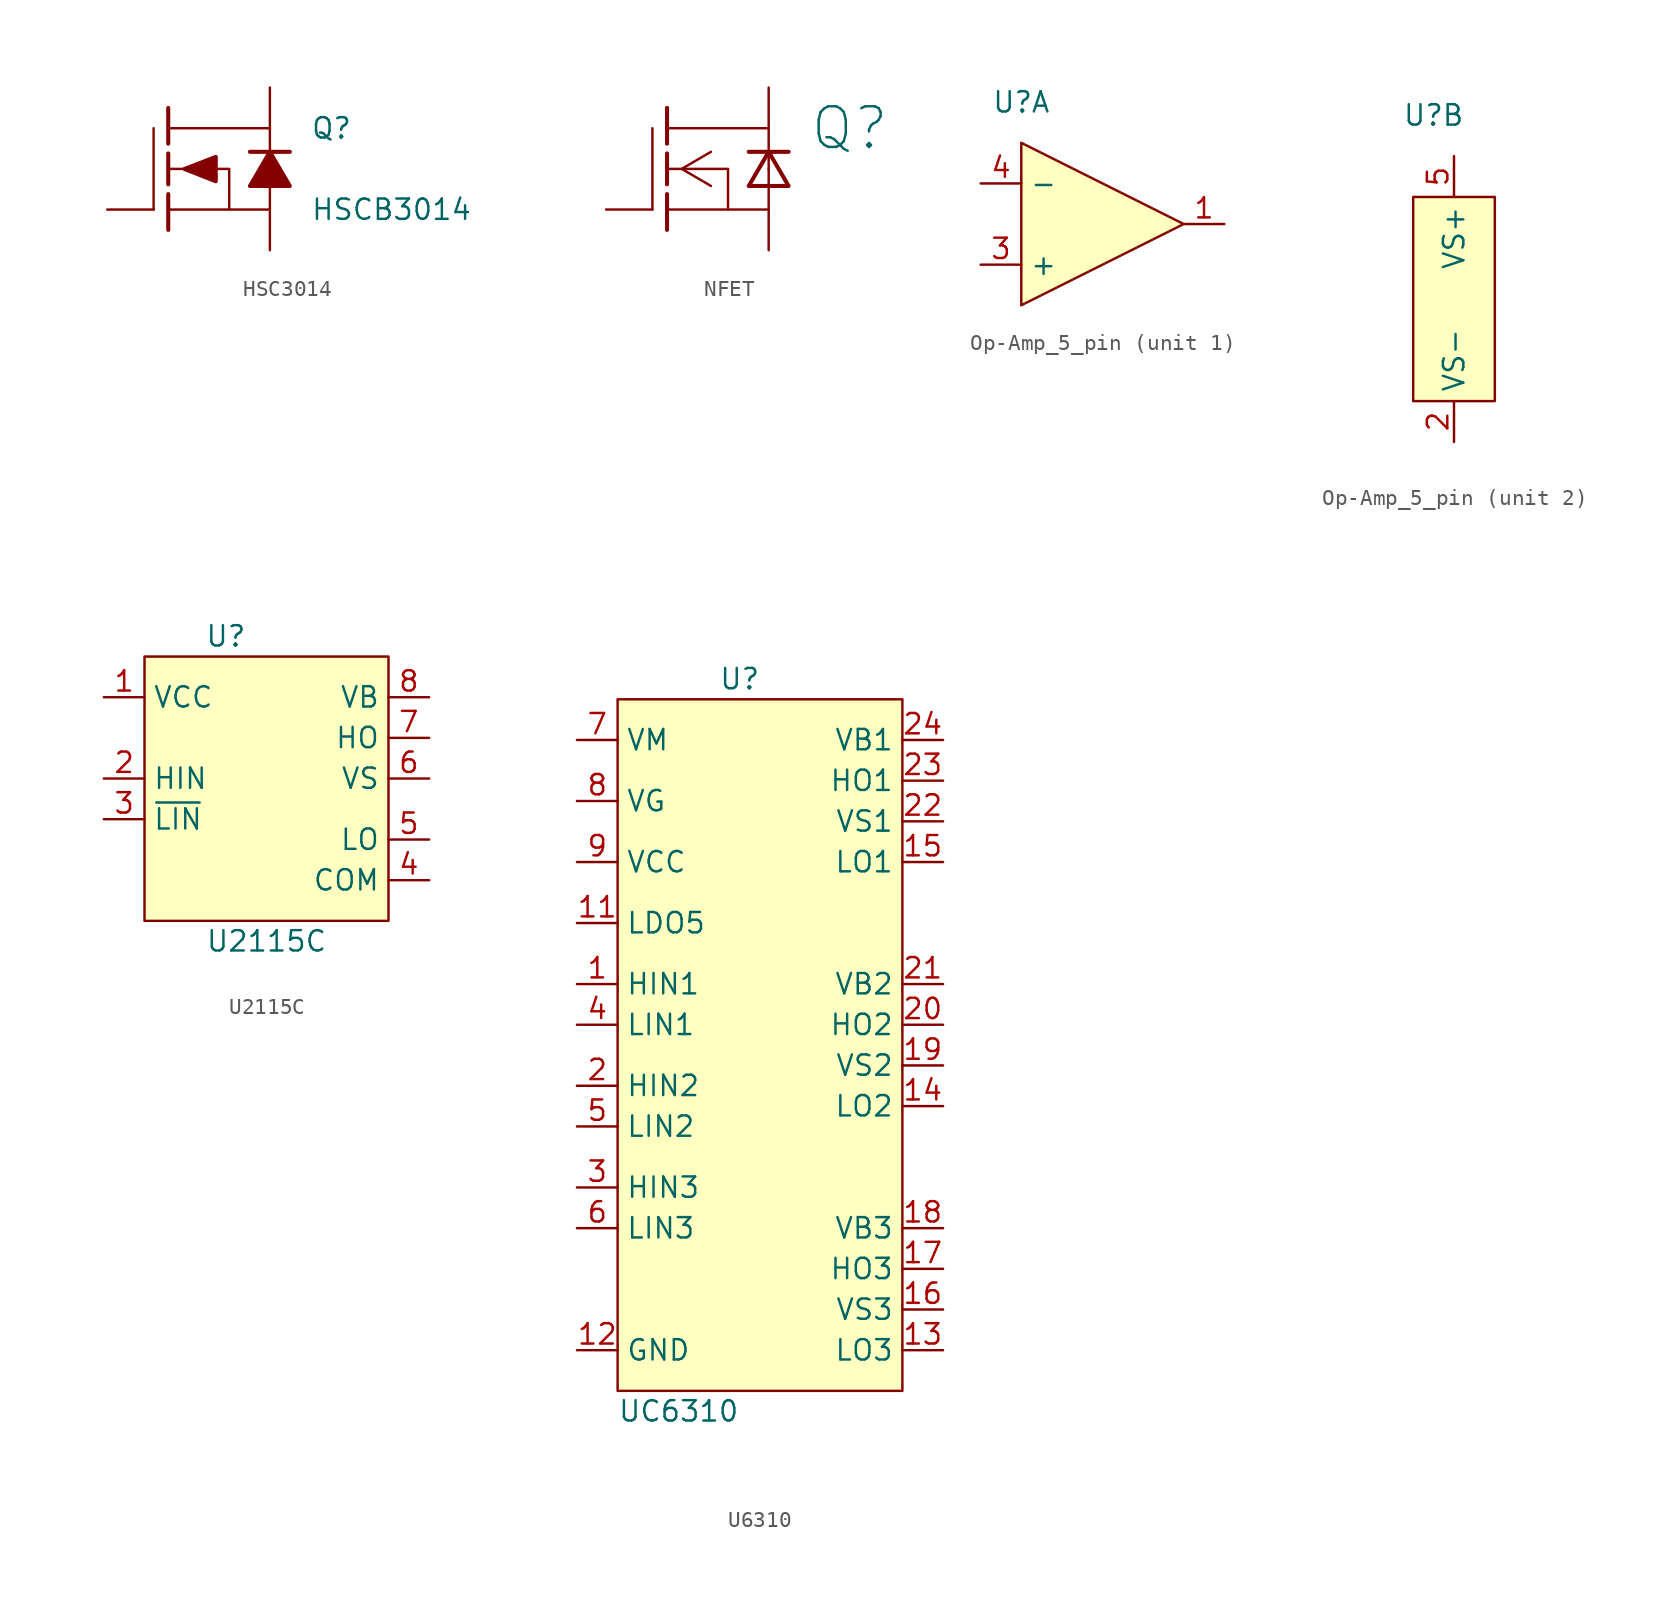
<source format=kicad_sym>
(kicad_symbol_lib
  (version 20231120)
  (generator "kicad_symbol_editor")
  (generator_version "8.0")
  (symbol "HSC3014"
    (pin_numbers hide)
    (pin_names
      (offset 0) hide)
    (property "Reference" "Q"
      (at 7.62 2.54 0)
      (effects (font (size 1.27 1.27)) (justify left)))
    (property "Value" "HSCB3014"
      (at 7.62 -2.54 0)
      (effects (font (size 1.27 1.27)) (justify left)))
    (symbol "HSC3014_1_1"
      (polyline (pts (xy -2.184 2.54) (xy -2.184 -2.54)) (stroke (width 0) (type default)) (fill (type none)))
      (polyline (pts (xy -1.27 -1.575) (xy -1.27 -3.81)) (stroke (width 0.254) (type default)) (fill (type none)))
      (polyline (pts (xy -1.27 0.965) (xy -1.27 -0.965)) (stroke (width 0.254) (type default)) (fill (type none)))
      (polyline (pts (xy -1.27 3.81) (xy -1.27 1.575)) (stroke (width 0.254) (type default)) (fill (type none)))
      (polyline (pts (xy 5.08 -2.54) (xy -1.27 -2.54)) (stroke (width 0) (type default)) (fill (type none)))
      (polyline (pts (xy 5.08 2.54) (xy -1.27 2.54)) (stroke (width 0) (type default)) (fill (type none)))
      (polyline (pts (xy 6.325 1.067) (xy 3.835 1.067)) (stroke (width 0.254) (type default)) (fill (type none)))
      (polyline (pts (xy 2.54 -2.54) (xy 2.54 0) (xy -1.27 0)) (stroke (width 0) (type default)) (fill (type none)))
      (polyline (pts (xy 1.698 -0.775) (xy -0.255 -0.006) (xy 1.698 0.749) (xy 1.698 -0.775)) (stroke (width 0.254) (type default)) (fill (type outline)))
      (polyline (pts (xy 3.835 -1.067) (xy 5.08 1.067) (xy 6.325 -1.067) (xy 3.835 -1.067)) (stroke (width 0.254) (type default)) (fill (type outline)))
      (pin passive line (at 5.08 5.08 270) (length 5.08) (name "D" (effects (font (size 1.27 1.27)))) (number "1" (effects (font (size 1.829 1.829)))))
      (pin passive line (at 5.08 5.08 270) (length 5.08) hide (name "D" (effects (font (size 1.27 1.27)))) (number "2" (effects (font (size 1.829 1.829)))))
      (pin passive line (at -5.08 -2.54 0) (length 2.896) (name "G" (effects (font (size 1.27 1.27)))) (number "3" (effects (font (size 1.829 1.829)))))
      (pin passive line (at 5.08 -5.08 90) (length 5.08) (name "S" (effects (font (size 1.27 1.27)))) (number "4" (effects (font (size 1.829 1.829)))))
      (pin passive line (at 5.08 5.08 270) (length 5.08) hide (name "D" (effects (font (size 1.27 1.27)))) (number "5" (effects (font (size 1.829 1.829)))))
      (pin passive line (at 5.08 5.08 270) (length 5.08) hide (name "D" (effects (font (size 1.27 1.27)))) (number "6" (effects (font (size 1.829 1.829)))))
      (pin passive line (at 5.08 5.08 270) (length 5.08) hide (name "D" (effects (font (size 1.27 1.27)))) (number "7" (effects (font (size 1.829 1.829)))))
      (pin passive line (at 5.08 -5.08 90) (length 5.08) hide (name "S" (effects (font (size 1.27 1.27)))) (number "8" (effects (font (size 1.829 1.829)))))))
  (symbol "NFET"
    (pin_numbers hide)
    (pin_names
      (offset 0) hide)
    (property "Reference" "Q"
      (at 7.62 2.54 0)
      (effects (font (size 2.54 2.54)) (justify left)))
    (property "Value" ""
      (at 7.62 -2.54 0)
      (effects (font (size 2.54 2.54)) (justify left)))
    (symbol "NFET_1_1"
      (polyline (pts (xy -2.184 2.54) (xy -2.184 -2.54)) (stroke (width 0) (type default)) (fill (type none)))
      (polyline (pts (xy -1.27 -1.575) (xy -1.27 -3.81)) (stroke (width 0.254) (type default)) (fill (type none)))
      (polyline (pts (xy -1.27 0.965) (xy -1.27 -0.965)) (stroke (width 0.254) (type default)) (fill (type none)))
      (polyline (pts (xy -1.27 3.81) (xy -1.27 1.575)) (stroke (width 0.254) (type default)) (fill (type none)))
      (polyline (pts (xy 5.08 -2.54) (xy -1.27 -2.54)) (stroke (width 0) (type default)) (fill (type none)))
      (polyline (pts (xy 5.08 2.54) (xy -1.27 2.54)) (stroke (width 0) (type default)) (fill (type none)))
      (polyline (pts (xy 6.325 1.067) (xy 3.835 1.067)) (stroke (width 0.254) (type default)) (fill (type none)))
      (polyline (pts (xy 1.473 1.067) (xy -0.356 0) (xy 1.473 -1.067)) (stroke (width 0) (type default)) (fill (type none)))
      (polyline (pts (xy 2.54 -2.54) (xy 2.54 0) (xy -1.27 0)) (stroke (width 0) (type default)) (fill (type none)))
      (polyline (pts (xy 3.835 -1.067) (xy 5.08 1.067) (xy 6.325 -1.067) (xy 3.835 -1.067)) (stroke (width 0.254) (type default)) (fill (type none)))
      (pin passive line (at -5.08 -2.54 0) (length 2.896) (name "G" (effects (font (size 1.27 1.27)))) (number "1" (effects (font (size 1.829 1.829)))))
      (pin passive line (at 5.08 -5.08 90) (length 5.08) (name "S" (effects (font (size 1.27 1.27)))) (number "2" (effects (font (size 1.829 1.829)))))
      (pin passive line (at 5.08 5.08 270) (length 5.08) (name "D" (effects (font (size 1.27 1.27)))) (number "3" (effects (font (size 1.829 1.829)))))))
  (symbol "Op-Amp_5_pin"
    (property "Reference" "U"
      (at 0 0 0)
      (effects (font (size 1.27 1.27))))
    (property "Value" ""
      (at 0 0 0)
      (effects (font (size 1.27 1.27))))
    (property "ki_locked" ""
      (at 0 0 0)
      (effects (font (size 1.27 1.27))))
    (symbol "Op-Amp_5_pin_1_0"
      (pin output line (at 12.7 -7.62 180) (length 2.54) (name "" (effects (font (size 1.27 1.27)))) (number "1" (effects (font (size 1.27 1.27)))))
      (pin input line (at -2.54 -10.16 0) (length 2.54) (name "+" (effects (font (size 1.27 1.27)))) (number "3" (effects (font (size 1.27 1.27)))))
      (pin input line (at -2.54 -5.08 0) (length 2.54) (name "-" (effects (font (size 1.27 1.27)))) (number "4" (effects (font (size 1.27 1.27))))))
    (symbol "Op-Amp_5_pin_1_1"
      (polyline (pts (xy 0 -2.54) (xy 0 -12.7) (xy 10.16 -7.62) (xy 0 -2.54)) (stroke (width 0) (type default)) (fill (type background))))
    (symbol "Op-Amp_5_pin_2_0"
      (pin power_in line (at 1.27 -20.32 90) (length 2.54) (name "VS-" (effects (font (size 1.27 1.27)))) (number "2" (effects (font (size 1.27 1.27)))))
      (pin power_in line (at 1.27 -2.54 270) (length 2.54) (name "VS+" (effects (font (size 1.27 1.27)))) (number "5" (effects (font (size 1.27 1.27))))))
    (symbol "Op-Amp_5_pin_2_1"
      (rectangle (start -1.27 -5.08) (end 3.81 -17.78) (stroke (width 0) (type default)) (fill (type background)))))
  (symbol "U2115C"
    (property "Reference" "U"
      (at 7.62 5.08 0)
      (effects (font (size 1.27 1.27))))
    (property "Value" "U2115C"
      (at 10.16 -13.97 0)
      (effects (font (size 1.27 1.27))))
    (symbol "U2115C_0_0"
      (pin power_in line (at 0 1.27 0) (length 2.54) (name "VCC" (effects (font (size 1.27 1.27)))) (number "1" (effects (font (size 1.27 1.27)))))
      (pin input line (at 0 -3.81 0) (length 2.54) (name "HIN" (effects (font (size 1.27 1.27)))) (number "2" (effects (font (size 1.27 1.27)))))
      (pin power_in line (at 20.32 -10.16 180) (length 2.54) (name "COM" (effects (font (size 1.27 1.27)))) (number "4" (effects (font (size 1.27 1.27))))))
    (symbol "U2115C_0_1"
      (rectangle (start 2.54 3.81) (end 17.78 -12.7) (stroke (width 0) (type default)) (fill (type background))))
    (symbol "U2115C_1_0"
      (pin input line (at 0 -6.35 0) (length 2.54) (name "~{LIN}" (effects (font (size 1.27 1.27)))) (number "3" (effects (font (size 1.27 1.27)))))
      (pin output line (at 20.32 -7.62 180) (length 2.54) (name "LO" (effects (font (size 1.27 1.27)))) (number "5" (effects (font (size 1.27 1.27)))))
      (pin passive line (at 20.32 -3.81 180) (length 2.54) (name "VS" (effects (font (size 1.27 1.27)))) (number "6" (effects (font (size 1.27 1.27)))))
      (pin output line (at 20.32 -1.27 180) (length 2.54) (name "HO" (effects (font (size 1.27 1.27)))) (number "7" (effects (font (size 1.27 1.27)))))
      (pin passive line (at 20.32 1.27 180) (length 2.54) (name "VB" (effects (font (size 1.27 1.27)))) (number "8" (effects (font (size 1.27 1.27)))))))
  (symbol "U6310"
    (property "Reference" "U"
      (at -41.91 -1.27 0)
      (effects (font (size 1.27 1.27))))
    (property "Value" "UC6310"
      (at -45.72 -46.99 0)
      (effects (font (size 1.27 1.27))))
    (symbol "U6310_0_0"
      (pin input line (at -52.07 -20.32 0) (length 2.54) (name "HIN1" (effects (font (size 1.27 1.27)))) (number "1" (effects (font (size 1.27 1.27)))))
      (pin passive line (at -52.07 -40.64 0) (length 2.54) hide (name "NC" (effects (font (size 1.27 1.27)))) (number "10" (effects (font (size 1.27 1.27)))))
      (pin passive line (at -52.07 -16.51 0) (length 2.54) (name "LDO5" (effects (font (size 1.27 1.27)))) (number "11" (effects (font (size 1.27 1.27)))))
      (pin passive line (at -52.07 -43.18 0) (length 2.54) (name "GND" (effects (font (size 1.27 1.27)))) (number "12" (effects (font (size 1.27 1.27)))))
      (pin output line (at -29.21 -43.18 180) (length 2.54) (name "LO3" (effects (font (size 1.27 1.27)))) (number "13" (effects (font (size 1.27 1.27)))))
      (pin output line (at -29.21 -27.94 180) (length 2.54) (name "LO2" (effects (font (size 1.27 1.27)))) (number "14" (effects (font (size 1.27 1.27)))))
      (pin output line (at -29.21 -12.7 180) (length 2.54) (name "LO1" (effects (font (size 1.27 1.27)))) (number "15" (effects (font (size 1.27 1.27)))))
      (pin passive line (at -29.21 -40.64 180) (length 2.54) (name "VS3" (effects (font (size 1.27 1.27)))) (number "16" (effects (font (size 1.27 1.27)))))
      (pin output line (at -29.21 -38.1 180) (length 2.54) (name "HO3" (effects (font (size 1.27 1.27)))) (number "17" (effects (font (size 1.27 1.27)))))
      (pin passive line (at -29.21 -35.56 180) (length 2.54) (name "VB3" (effects (font (size 1.27 1.27)))) (number "18" (effects (font (size 1.27 1.27)))))
      (pin passive line (at -29.21 -25.4 180) (length 2.54) (name "VS2" (effects (font (size 1.27 1.27)))) (number "19" (effects (font (size 1.27 1.27)))))
      (pin input line (at -52.07 -26.67 0) (length 2.54) (name "HIN2" (effects (font (size 1.27 1.27)))) (number "2" (effects (font (size 1.27 1.27)))))
      (pin output line (at -29.21 -22.86 180) (length 2.54) (name "HO2" (effects (font (size 1.27 1.27)))) (number "20" (effects (font (size 1.27 1.27)))))
      (pin passive line (at -29.21 -20.32 180) (length 2.54) (name "VB2" (effects (font (size 1.27 1.27)))) (number "21" (effects (font (size 1.27 1.27)))))
      (pin passive line (at -29.21 -10.16 180) (length 2.54) (name "VS1" (effects (font (size 1.27 1.27)))) (number "22" (effects (font (size 1.27 1.27)))))
      (pin output line (at -29.21 -7.62 180) (length 2.54) (name "HO1" (effects (font (size 1.27 1.27)))) (number "23" (effects (font (size 1.27 1.27)))))
      (pin passive line (at -29.21 -5.08 180) (length 2.54) (name "VB1" (effects (font (size 1.27 1.27)))) (number "24" (effects (font (size 1.27 1.27)))))
      (pin input line (at -52.07 -33.02 0) (length 2.54) (name "HIN3" (effects (font (size 1.27 1.27)))) (number "3" (effects (font (size 1.27 1.27)))))
      (pin input line (at -52.07 -22.86 0) (length 2.54) (name "LIN1" (effects (font (size 1.27 1.27)))) (number "4" (effects (font (size 1.27 1.27)))))
      (pin input line (at -52.07 -29.21 0) (length 2.54) (name "LIN2" (effects (font (size 1.27 1.27)))) (number "5" (effects (font (size 1.27 1.27)))))
      (pin input line (at -52.07 -35.56 0) (length 2.54) (name "LIN3" (effects (font (size 1.27 1.27)))) (number "6" (effects (font (size 1.27 1.27)))))
      (pin passive line (at -52.07 -5.08 0) (length 2.54) (name "VM" (effects (font (size 1.27 1.27)))) (number "7" (effects (font (size 1.27 1.27)))))
      (pin output line (at -52.07 -8.89 0) (length 2.54) (name "VG" (effects (font (size 1.27 1.27)))) (number "8" (effects (font (size 1.27 1.27)))))
      (pin passive line (at -52.07 -12.7 0) (length 2.54) (name "VCC" (effects (font (size 1.27 1.27)))) (number "9" (effects (font (size 1.27 1.27))))))
    (symbol "U6310_0_1"
      (rectangle (start -49.53 -2.54) (end -31.75 -45.72) (stroke (width 0) (type default)) (fill (type background))))))
</source>
